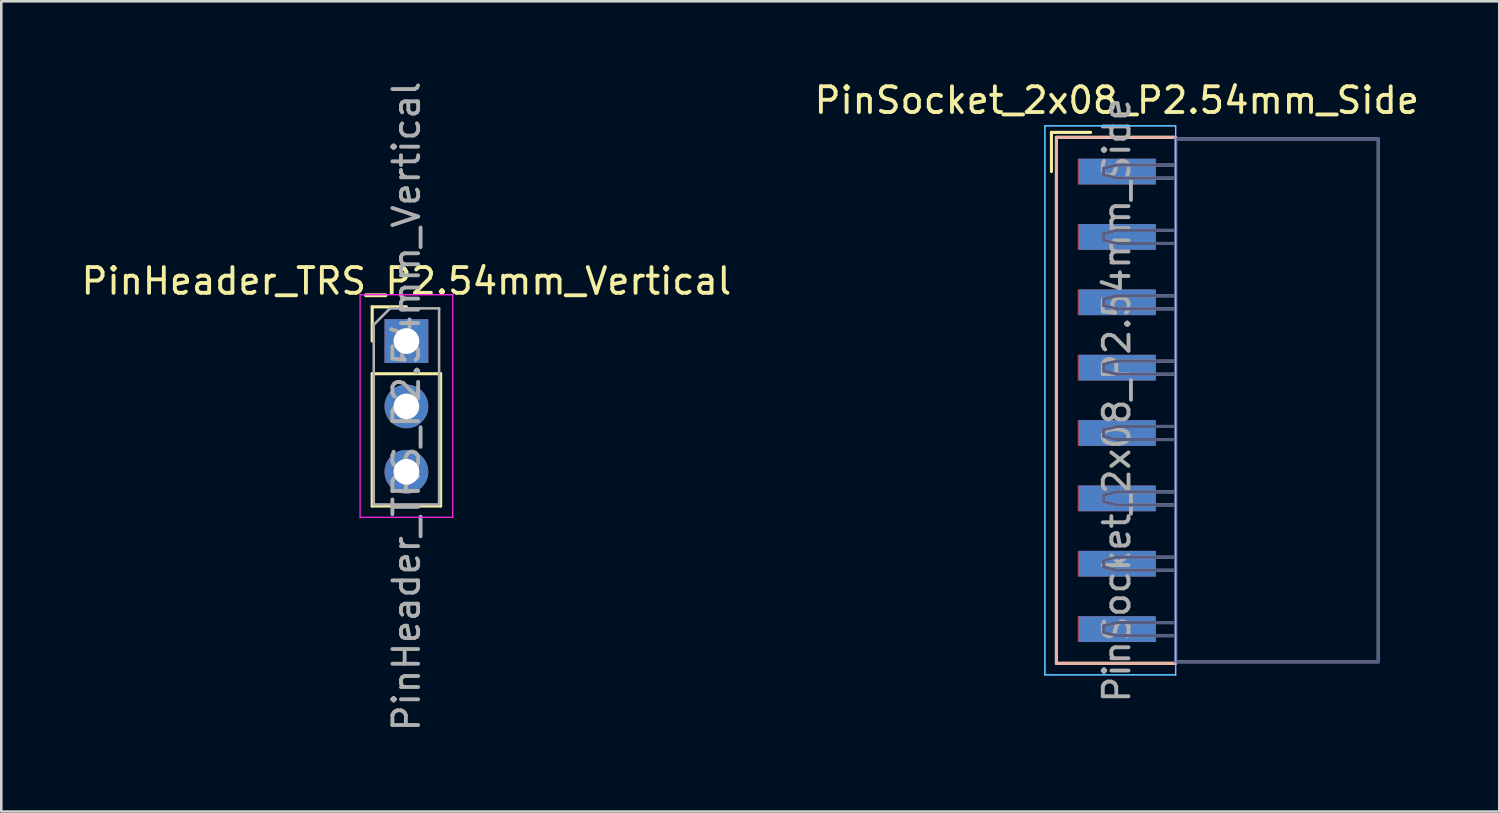
<source format=kicad_pcb>
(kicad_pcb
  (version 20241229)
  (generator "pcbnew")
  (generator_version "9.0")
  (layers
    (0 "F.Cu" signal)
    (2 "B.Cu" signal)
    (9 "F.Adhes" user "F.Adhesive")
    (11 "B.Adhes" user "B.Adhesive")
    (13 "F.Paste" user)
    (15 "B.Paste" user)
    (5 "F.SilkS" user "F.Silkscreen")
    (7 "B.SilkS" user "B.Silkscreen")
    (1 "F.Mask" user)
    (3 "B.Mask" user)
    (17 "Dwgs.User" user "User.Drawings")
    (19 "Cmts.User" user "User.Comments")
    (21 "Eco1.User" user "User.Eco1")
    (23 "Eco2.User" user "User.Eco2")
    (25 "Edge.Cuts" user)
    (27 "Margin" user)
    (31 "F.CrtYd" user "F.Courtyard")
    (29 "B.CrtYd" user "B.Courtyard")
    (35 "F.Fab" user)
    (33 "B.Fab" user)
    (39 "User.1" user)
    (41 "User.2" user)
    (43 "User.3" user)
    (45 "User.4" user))
  (footprint "PinHeader_TRS_P2.54mm_Vertical"
    (layer "F.Cu")
    (at 12.744 10.204)
    (property "Reference" "PinHeader_TRS_P2.54mm_Vertical" (at 0 -2.33 0) (layer "F.SilkS") (effects (font (size 1 1) (thickness 0.15))))
    (attr through_hole)
    (fp_line (start -1.33 -1.33) (end 0 -1.33) (stroke (width 0.12) (type solid)) (layer "F.SilkS"))
    (fp_line (start -1.33 0) (end -1.33 -1.33) (stroke (width 0.12) (type solid)) (layer "F.SilkS"))
    (fp_line (start -1.33 1.27) (end -1.33 6.41) (stroke (width 0.12) (type solid)) (layer "F.SilkS"))
    (fp_line (start -1.33 1.27) (end 1.33 1.27) (stroke (width 0.12) (type solid)) (layer "F.SilkS"))
    (fp_line (start -1.33 6.41) (end 1.33 6.41) (stroke (width 0.12) (type solid)) (layer "F.SilkS"))
    (fp_line (start 1.33 1.27) (end 1.33 6.41) (stroke (width 0.12) (type solid)) (layer "F.SilkS"))
    (fp_line (start -1.8 -1.8) (end -1.8 6.85) (stroke (width 0.05) (type solid)) (layer "F.CrtYd"))
    (fp_line (start -1.8 6.85) (end 1.8 6.85) (stroke (width 0.05) (type solid)) (layer "F.CrtYd"))
    (fp_line (start 1.8 -1.8) (end -1.8 -1.8) (stroke (width 0.05) (type solid)) (layer "F.CrtYd"))
    (fp_line (start 1.8 6.85) (end 1.8 -1.8) (stroke (width 0.05) (type solid)) (layer "F.CrtYd"))
    (fp_line (start -1.27 -0.635) (end -0.635 -1.27) (stroke (width 0.1) (type solid)) (layer "F.Fab"))
    (fp_line (start -1.27 6.35) (end -1.27 -0.635) (stroke (width 0.1) (type solid)) (layer "F.Fab"))
    (fp_line (start -0.635 -1.27) (end 1.27 -1.27) (stroke (width 0.1) (type solid)) (layer "F.Fab"))
    (fp_line (start 1.27 -1.27) (end 1.27 6.35) (stroke (width 0.1) (type solid)) (layer "F.Fab"))
    (fp_line (start 1.27 6.35) (end -1.27 6.35) (stroke (width 0.1) (type solid)) (layer "F.Fab"))
    (fp_text user "${REFERENCE}" (at 0 2.54 90) (layer "F.Fab") (effects (font (size 1 1) (thickness 0.15))))
    (pad "R" thru_hole oval (at 0 2.54) (size 1.7 1.7) (drill 1) (layers "*.Cu" "*.Mask"))
    (pad "S" thru_hole rect (at 0 0) (size 1.7 1.7) (drill 1) (layers "*.Cu" "*.Mask"))
    (pad "T" thru_hole oval (at 0 5.08) (size 1.7 1.7) (drill 1) (layers "*.Cu" "*.Mask")))
  (footprint "PinSocket_2x08_P2.54mm_Side"
    (layer "F.Cu")
    (at 40.351 12.508)
    (property "Reference" "PinSocket_2x08_P2.54mm_Side" (at 0 -11.66 0) (layer "F.SilkS") (effects (font (size 1 1) (thickness 0.15))))
    (attr smd)
    (fp_line (start -2.54 -8.89) (end -2.54 -10.414) (stroke (width 0.12) (type solid)) (layer "F.SilkS"))
    (fp_line (start -2.346 -10.22) (end -2.346 10.22) (stroke (width 0.12) (type solid)) (layer "F.SilkS"))
    (fp_line (start -1.016 -10.414) (end -2.54 -10.414) (stroke (width 0.12) (type solid)) (layer "F.SilkS"))
    (fp_line (start 2.286 -10.22) (end -2.346 -10.22) (stroke (width 0.12) (type solid)) (layer "F.SilkS"))
    (fp_line (start 2.286 10.22) (end -2.346 10.22) (stroke (width 0.12) (type solid)) (layer "F.SilkS"))
    (fp_line (start -2.346 -10.22) (end -2.346 10.22) (stroke (width 0.12) (type solid)) (layer "B.SilkS"))
    (fp_line (start 2.286 -10.22) (end -2.346 -10.22) (stroke (width 0.12) (type solid)) (layer "B.SilkS"))
    (fp_line (start 2.286 10.22) (end -2.346 10.22) (stroke (width 0.12) (type solid)) (layer "B.SilkS"))
    (fp_line (start -2.794 -10.668) (end -2.794 10.668) (stroke (width 0.05) (type solid)) (layer "B.CrtYd"))
    (fp_line (start -2.794 10.668) (end 2.286 10.668) (stroke (width 0.05) (type solid)) (layer "B.CrtYd"))
    (fp_line (start 2.286 -10.668) (end -2.794 -10.668) (stroke (width 0.05) (type solid)) (layer "B.CrtYd"))
    (fp_line (start 2.286 10.668) (end 2.286 -10.668) (stroke (width 0.05) (type solid)) (layer "B.CrtYd"))
    (fp_line (start -2.794 -10.668) (end -2.794 10.668) (stroke (width 0.05) (type solid)) (layer "F.CrtYd"))
    (fp_line (start 2.286 -10.668) (end -2.794 -10.668) (stroke (width 0.05) (type solid)) (layer "F.CrtYd"))
    (fp_line (start 2.286 -10.668) (end 2.286 10.668) (stroke (width 0.05) (type solid)) (layer "F.CrtYd"))
    (fp_line (start 2.286 10.668) (end -2.794 10.668) (stroke (width 0.05) (type solid)) (layer "F.CrtYd"))
    (fp_line (start -0.508 -9.017) (end -0.508 -8.763) (stroke (width 0.12) (type solid)) (layer "B.Fab"))
    (fp_line (start -0.508 -9.017) (end 0 -9.144) (stroke (width 0.12) (type solid)) (layer "B.Fab"))
    (fp_line (start -0.508 -6.477) (end -0.508 -6.223) (stroke (width 0.12) (type solid)) (layer "B.Fab"))
    (fp_line (start -0.508 -6.477) (end 0 -6.604) (stroke (width 0.12) (type solid)) (layer "B.Fab"))
    (fp_line (start -0.508 -3.937) (end -0.508 -3.683) (stroke (width 0.12) (type solid)) (layer "B.Fab"))
    (fp_line (start -0.508 -3.937) (end 0 -4.064) (stroke (width 0.12) (type solid)) (layer "B.Fab"))
    (fp_line (start -0.508 -1.397) (end -0.508 -1.143) (stroke (width 0.12) (type solid)) (layer "B.Fab"))
    (fp_line (start -0.508 -1.397) (end 0 -1.524) (stroke (width 0.12) (type solid)) (layer "B.Fab"))
    (fp_line (start -0.508 1.143) (end -0.508 1.397) (stroke (width 0.12) (type solid)) (layer "B.Fab"))
    (fp_line (start -0.508 1.143) (end 0 1.016) (stroke (width 0.12) (type solid)) (layer "B.Fab"))
    (fp_line (start -0.508 3.683) (end -0.508 3.937) (stroke (width 0.12) (type solid)) (layer "B.Fab"))
    (fp_line (start -0.508 3.683) (end 0 3.556) (stroke (width 0.12) (type solid)) (layer "B.Fab"))
    (fp_line (start -0.508 6.223) (end -0.508 6.477) (stroke (width 0.12) (type solid)) (layer "B.Fab"))
    (fp_line (start -0.508 6.223) (end 0 6.096) (stroke (width 0.12) (type solid)) (layer "B.Fab"))
    (fp_line (start -0.508 8.763) (end -0.508 9.017) (stroke (width 0.12) (type solid)) (layer "B.Fab"))
    (fp_line (start -0.508 8.763) (end 0 8.636) (stroke (width 0.12) (type solid)) (layer "B.Fab"))
    (fp_line (start 0 -9.144) (end 2.286 -9.144) (stroke (width 0.12) (type solid)) (layer "B.Fab"))
    (fp_line (start 0 -8.636) (end -0.508 -8.763) (stroke (width 0.12) (type solid)) (layer "B.Fab"))
    (fp_line (start 0 -6.604) (end 2.286 -6.604) (stroke (width 0.12) (type solid)) (layer "B.Fab"))
    (fp_line (start 0 -6.096) (end -0.508 -6.223) (stroke (width 0.12) (type solid)) (layer "B.Fab"))
    (fp_line (start 0 -4.064) (end 2.286 -4.064) (stroke (width 0.12) (type solid)) (layer "B.Fab"))
    (fp_line (start 0 -3.556) (end -0.508 -3.683) (stroke (width 0.12) (type solid)) (layer "B.Fab"))
    (fp_line (start 0 -1.524) (end 2.286 -1.524) (stroke (width 0.12) (type solid)) (layer "B.Fab"))
    (fp_line (start 0 -1.016) (end -0.508 -1.143) (stroke (width 0.12) (type solid)) (layer "B.Fab"))
    (fp_line (start 0 1.016) (end 2.286 1.016) (stroke (width 0.12) (type solid)) (layer "B.Fab"))
    (fp_line (start 0 1.524) (end -0.508 1.397) (stroke (width 0.12) (type solid)) (layer "B.Fab"))
    (fp_line (start 0 3.556) (end 2.286 3.556) (stroke (width 0.12) (type solid)) (layer "B.Fab"))
    (fp_line (start 0 4.064) (end -0.508 3.937) (stroke (width 0.12) (type solid)) (layer "B.Fab"))
    (fp_line (start 0 6.096) (end 2.286 6.096) (stroke (width 0.12) (type solid)) (layer "B.Fab"))
    (fp_line (start 0 6.604) (end -0.508 6.477) (stroke (width 0.12) (type solid)) (layer "B.Fab"))
    (fp_line (start 0 8.636) (end 2.286 8.636) (stroke (width 0.12) (type solid)) (layer "B.Fab"))
    (fp_line (start 0 9.144) (end -0.508 9.017) (stroke (width 0.12) (type solid)) (layer "B.Fab"))
    (fp_line (start 2.286 -10.16) (end 2.286 10.16) (stroke (width 0.12) (type solid)) (layer "B.Fab"))
    (fp_line (start 2.286 -8.636) (end 0 -8.636) (stroke (width 0.12) (type solid)) (layer "B.Fab"))
    (fp_line (start 2.286 -6.096) (end 0 -6.096) (stroke (width 0.12) (type solid)) (layer "B.Fab"))
    (fp_line (start 2.286 -3.556) (end 0 -3.556) (stroke (width 0.12) (type solid)) (layer "B.Fab"))
    (fp_line (start 2.286 -1.016) (end 0 -1.016) (stroke (width 0.12) (type solid)) (layer "B.Fab"))
    (fp_line (start 2.286 1.524) (end 0 1.524) (stroke (width 0.12) (type solid)) (layer "B.Fab"))
    (fp_line (start 2.286 4.064) (end 0 4.064) (stroke (width 0.12) (type solid)) (layer "B.Fab"))
    (fp_line (start 2.286 6.604) (end 0 6.604) (stroke (width 0.12) (type solid)) (layer "B.Fab"))
    (fp_line (start 2.286 9.144) (end 0 9.144) (stroke (width 0.12) (type solid)) (layer "B.Fab"))
    (fp_line (start 10.16 -10.16) (end 2.286 -10.16) (stroke (width 0.12) (type solid)) (layer "B.Fab"))
    (fp_line (start 10.16 10.16) (end 2.286 10.16) (stroke (width 0.12) (type solid)) (layer "B.Fab"))
    (fp_line (start 10.16 10.16) (end 10.16 -10.16) (stroke (width 0.12) (type solid)) (layer "B.Fab"))
    (fp_line (start -0.508 -8.763) (end -0.508 -9.017) (stroke (width 0.12) (type solid)) (layer "F.Fab"))
    (fp_line (start -0.508 -8.763) (end 0 -8.636) (stroke (width 0.12) (type solid)) (layer "F.Fab"))
    (fp_line (start -0.508 -6.223) (end -0.508 -6.477) (stroke (width 0.12) (type solid)) (layer "F.Fab"))
    (fp_line (start -0.508 -6.223) (end 0 -6.096) (stroke (width 0.12) (type solid)) (layer "F.Fab"))
    (fp_line (start -0.508 -3.683) (end -0.508 -3.937) (stroke (width 0.12) (type solid)) (layer "F.Fab"))
    (fp_line (start -0.508 -3.683) (end 0 -3.556) (stroke (width 0.12) (type solid)) (layer "F.Fab"))
    (fp_line (start -0.508 -1.143) (end -0.508 -1.397) (stroke (width 0.12) (type solid)) (layer "F.Fab"))
    (fp_line (start -0.508 -1.143) (end 0 -1.016) (stroke (width 0.12) (type solid)) (layer "F.Fab"))
    (fp_line (start -0.508 1.397) (end -0.508 1.143) (stroke (width 0.12) (type solid)) (layer "F.Fab"))
    (fp_line (start -0.508 1.397) (end 0 1.524) (stroke (width 0.12) (type solid)) (layer "F.Fab"))
    (fp_line (start -0.508 3.937) (end -0.508 3.683) (stroke (width 0.12) (type solid)) (layer "F.Fab"))
    (fp_line (start -0.508 3.937) (end 0 4.064) (stroke (width 0.12) (type solid)) (layer "F.Fab"))
    (fp_line (start -0.508 6.477) (end -0.508 6.223) (stroke (width 0.12) (type solid)) (layer "F.Fab"))
    (fp_line (start -0.508 6.477) (end 0 6.604) (stroke (width 0.12) (type solid)) (layer "F.Fab"))
    (fp_line (start -0.508 9.017) (end -0.508 8.763) (stroke (width 0.12) (type solid)) (layer "F.Fab"))
    (fp_line (start -0.508 9.017) (end 0 9.144) (stroke (width 0.12) (type solid)) (layer "F.Fab"))
    (fp_line (start 0 -9.144) (end -0.508 -9.017) (stroke (width 0.12) (type solid)) (layer "F.Fab"))
    (fp_line (start 0 -8.636) (end 2.286 -8.636) (stroke (width 0.12) (type solid)) (layer "F.Fab"))
    (fp_line (start 0 -6.604) (end -0.508 -6.477) (stroke (width 0.12) (type solid)) (layer "F.Fab"))
    (fp_line (start 0 -6.096) (end 2.286 -6.096) (stroke (width 0.12) (type solid)) (layer "F.Fab"))
    (fp_line (start 0 -4.064) (end -0.508 -3.937) (stroke (width 0.12) (type solid)) (layer "F.Fab"))
    (fp_line (start 0 -3.556) (end 2.286 -3.556) (stroke (width 0.12) (type solid)) (layer "F.Fab"))
    (fp_line (start 0 -1.524) (end -0.508 -1.397) (stroke (width 0.12) (type solid)) (layer "F.Fab"))
    (fp_line (start 0 -1.016) (end 2.286 -1.016) (stroke (width 0.12) (type solid)) (layer "F.Fab"))
    (fp_line (start 0 1.016) (end -0.508 1.143) (stroke (width 0.12) (type solid)) (layer "F.Fab"))
    (fp_line (start 0 1.524) (end 2.286 1.524) (stroke (width 0.12) (type solid)) (layer "F.Fab"))
    (fp_line (start 0 3.556) (end -0.508 3.683) (stroke (width 0.12) (type solid)) (layer "F.Fab"))
    (fp_line (start 0 4.064) (end 2.286 4.064) (stroke (width 0.12) (type solid)) (layer "F.Fab"))
    (fp_line (start 0 6.096) (end -0.508 6.223) (stroke (width 0.12) (type solid)) (layer "F.Fab"))
    (fp_line (start 0 6.604) (end 2.286 6.604) (stroke (width 0.12) (type solid)) (layer "F.Fab"))
    (fp_line (start 0 8.636) (end -0.508 8.763) (stroke (width 0.12) (type solid)) (layer "F.Fab"))
    (fp_line (start 0 9.144) (end 2.286 9.144) (stroke (width 0.12) (type solid)) (layer "F.Fab"))
    (fp_line (start 2.286 -10.16) (end 10.16 -10.16) (stroke (width 0.12) (type solid)) (layer "F.Fab"))
    (fp_line (start 2.286 -9.144) (end 0 -9.144) (stroke (width 0.12) (type solid)) (layer "F.Fab"))
    (fp_line (start 2.286 -6.604) (end 0 -6.604) (stroke (width 0.12) (type solid)) (layer "F.Fab"))
    (fp_line (start 2.286 -4.064) (end 0 -4.064) (stroke (width 0.12) (type solid)) (layer "F.Fab"))
    (fp_line (start 2.286 -1.524) (end 0 -1.524) (stroke (width 0.12) (type solid)) (layer "F.Fab"))
    (fp_line (start 2.286 1.016) (end 0 1.016) (stroke (width 0.12) (type solid)) (layer "F.Fab"))
    (fp_line (start 2.286 3.556) (end 0 3.556) (stroke (width 0.12) (type solid)) (layer "F.Fab"))
    (fp_line (start 2.286 6.096) (end 0 6.096) (stroke (width 0.12) (type solid)) (layer "F.Fab"))
    (fp_line (start 2.286 8.636) (end 0 8.636) (stroke (width 0.12) (type solid)) (layer "F.Fab"))
    (fp_line (start 2.286 10.16) (end 2.286 -10.16) (stroke (width 0.12) (type solid)) (layer "F.Fab"))
    (fp_line (start 2.286 10.16) (end 10.16 10.16) (stroke (width 0.12) (type solid)) (layer "F.Fab"))
    (fp_line (start 10.16 -10.16) (end 10.16 10.16) (stroke (width 0.12) (type solid)) (layer "F.Fab"))
    (fp_text user "${REFERENCE}" (at 0 0 90) (layer "F.Fab") (effects (font (size 1 1) (thickness 0.15))))
    (pad "1" smd rect (at -0.02 -8.89) (size 3 1) (layers "F.Cu" "F.Mask" "F.Paste"))
    (pad "2" smd rect (at 0.02 -8.89) (size 3 1) (layers "B.Cu" "B.Mask" "B.Paste"))
    (pad "3" smd rect (at -0.02 -6.35) (size 3 1) (layers "F.Cu" "F.Mask" "F.Paste"))
    (pad "4" smd rect (at 0.02 -6.35) (size 3 1) (layers "B.Cu" "B.Mask" "B.Paste"))
    (pad "5" smd rect (at -0.02 -3.81) (size 3 1) (layers "F.Cu" "F.Mask" "F.Paste"))
    (pad "6" smd rect (at 0.02 -3.81) (size 3 1) (layers "B.Cu" "B.Mask" "B.Paste"))
    (pad "7" smd rect (at -0.02 -1.27) (size 3 1) (layers "F.Cu" "F.Mask" "F.Paste"))
    (pad "8" smd rect (at 0.02 -1.27) (size 3 1) (layers "B.Cu" "B.Mask" "B.Paste"))
    (pad "9" smd rect (at -0.02 1.27) (size 3 1) (layers "F.Cu" "F.Mask" "F.Paste"))
    (pad "10" smd rect (at 0.02 1.27) (size 3 1) (layers "B.Cu" "B.Mask" "B.Paste"))
    (pad "11" smd rect (at -0.02 3.81) (size 3 1) (layers "F.Cu" "F.Mask" "F.Paste"))
    (pad "12" smd rect (at 0.02 3.81) (size 3 1) (layers "B.Cu" "B.Mask" "B.Paste"))
    (pad "13" smd rect (at -0.02 6.35) (size 3 1) (layers "F.Cu" "F.Mask" "F.Paste"))
    (pad "14" smd rect (at 0.02 6.35) (size 3 1) (layers "B.Cu" "B.Mask" "B.Paste"))
    (pad "15" smd rect (at -0.02 8.89) (size 3 1) (layers "F.Cu" "F.Mask" "F.Paste"))
    (pad "16" smd rect (at 0.02 8.89) (size 3 1) (layers "B.Cu" "B.Mask" "B.Paste")))
  (gr_rect
    (start -3 -3)
    (end 55.214 28.488)
    (stroke (width 0.1) (type default))
    (fill no)
    (layer "Edge.Cuts")))
</source>
